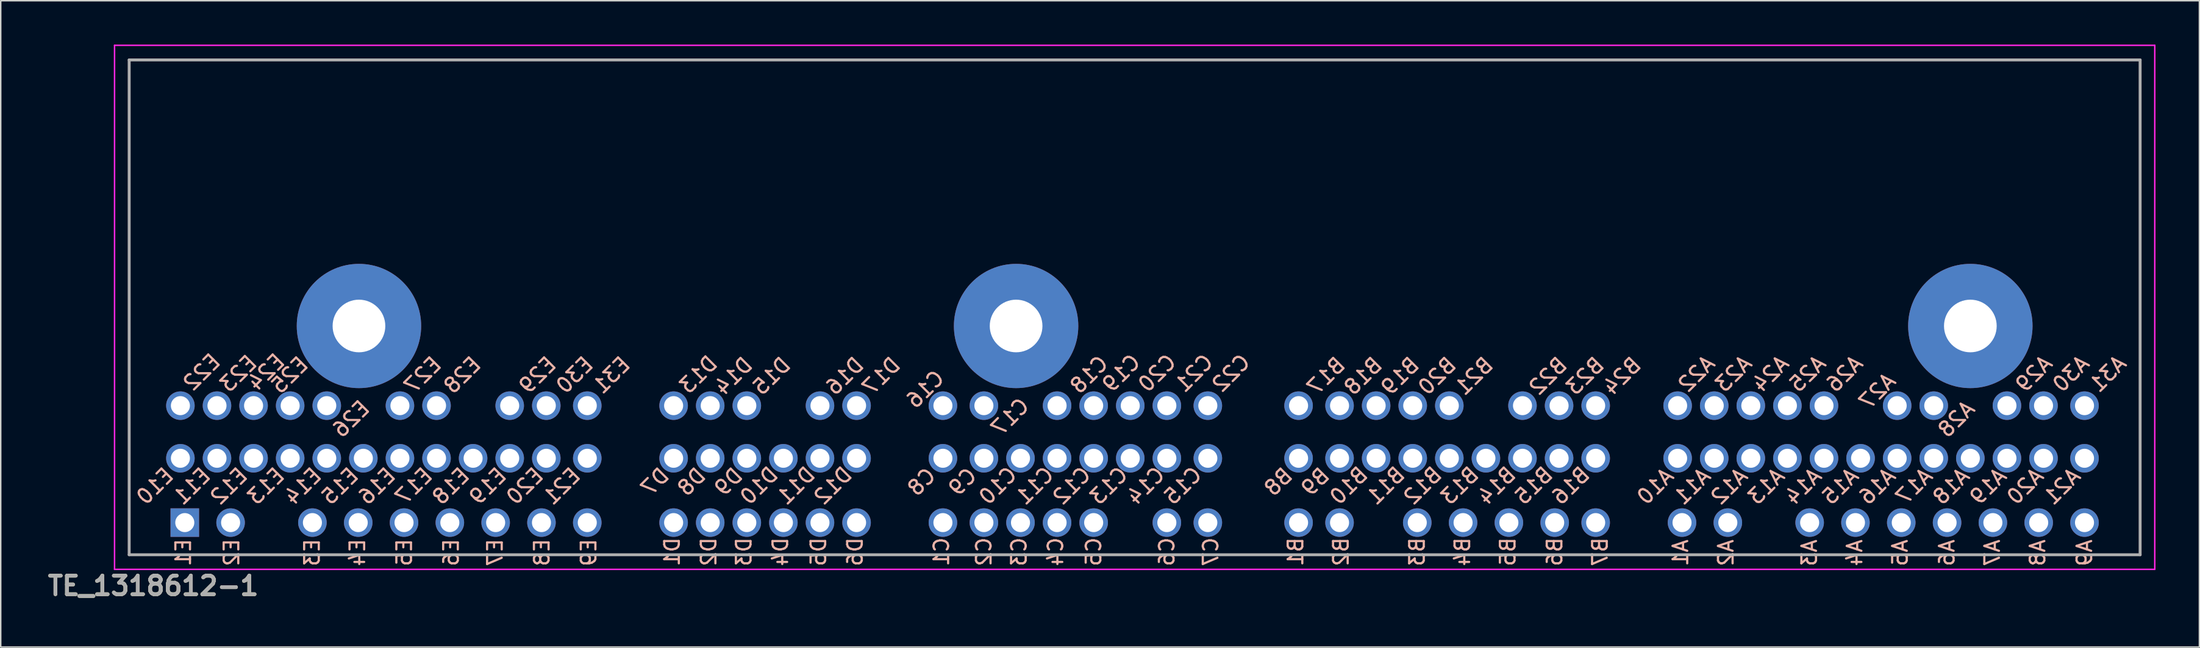
<source format=kicad_pcb>
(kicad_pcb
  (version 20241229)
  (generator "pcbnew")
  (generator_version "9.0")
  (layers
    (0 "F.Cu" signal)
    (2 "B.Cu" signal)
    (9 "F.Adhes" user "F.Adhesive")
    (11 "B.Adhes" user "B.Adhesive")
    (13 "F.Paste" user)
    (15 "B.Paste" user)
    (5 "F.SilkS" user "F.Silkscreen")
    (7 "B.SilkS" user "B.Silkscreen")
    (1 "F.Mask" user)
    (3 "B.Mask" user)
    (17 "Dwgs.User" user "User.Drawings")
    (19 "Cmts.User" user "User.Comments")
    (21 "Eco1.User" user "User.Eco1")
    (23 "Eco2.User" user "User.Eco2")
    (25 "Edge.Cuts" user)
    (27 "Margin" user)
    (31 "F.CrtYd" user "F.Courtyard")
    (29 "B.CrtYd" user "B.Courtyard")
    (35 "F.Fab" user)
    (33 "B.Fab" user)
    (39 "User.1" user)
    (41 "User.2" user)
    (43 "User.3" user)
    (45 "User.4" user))
  (footprint "TE_1318612-1"
    (layer "F.Cu")
    (at 74.476 17.975)
    (property "Reference" "TE_1318612-1" (at -67.056 19.05 0) (layer "F.SilkS") (effects (font (size 1.27 1.27) (thickness 0.254))))
    (attr through_hole)
    (fp_line (start -68.7 -16.925) (end 68.7 -16.925) (stroke (width 0.1) (type solid)) (layer "F.SilkS"))
    (fp_line (start -68.7 16.925) (end -68.7 -16.925) (stroke (width 0.1) (type solid)) (layer "F.SilkS"))
    (fp_line (start 68.7 -16.925) (end 68.7 16.925) (stroke (width 0.1) (type solid)) (layer "F.SilkS"))
    (fp_line (start 68.7 16.925) (end -68.7 16.925) (stroke (width 0.1) (type solid)) (layer "F.SilkS"))
    (fp_line (start -69.7 -17.925) (end 69.7 -17.925) (stroke (width 0.1) (type solid)) (layer "F.CrtYd"))
    (fp_line (start -69.7 17.925) (end -69.7 -17.925) (stroke (width 0.1) (type solid)) (layer "F.CrtYd"))
    (fp_line (start 69.7 -17.925) (end 69.7 17.925) (stroke (width 0.1) (type solid)) (layer "F.CrtYd"))
    (fp_line (start 69.7 17.925) (end -69.7 17.925) (stroke (width 0.1) (type solid)) (layer "F.CrtYd"))
    (fp_line (start -68.7 -16.925) (end -68.7 16.925) (stroke (width 0.2) (type solid)) (layer "F.Fab"))
    (fp_line (start -68.7 16.925) (end 68.7 16.925) (stroke (width 0.2) (type solid)) (layer "F.Fab"))
    (fp_line (start 68.7 -16.925) (end -68.7 -16.925) (stroke (width 0.2) (type solid)) (layer "F.Fab"))
    (fp_line (start 68.7 16.925) (end 68.7 -16.925) (stroke (width 0.2) (type solid)) (layer "F.Fab"))
    (fp_text user "B20" (at 19.573 5.8 45) (unlocked yes) (layer "B.SilkS") (effects (font (size 1 1) (thickness 0.15)) (justify right mirror)))
    (fp_text user "E18" (at -47.782 13.3 45) (unlocked yes) (layer "B.SilkS") (effects (font (size 1 1) (thickness 0.15)) (justify right mirror)))
    (fp_text user "C22" (at 5.5 5.6 45) (unlocked yes) (layer "B.SilkS") (effects (font (size 1 1) (thickness 0.15)) (justify right mirror)))
    (fp_text user "D16" (at -20.9 5.8 45) (unlocked yes) (layer "B.SilkS") (effects (font (size 1 1) (thickness 0.15)) (justify right mirror)))
    (fp_text user "A6" (at 55.5 17.8 90) (unlocked yes) (layer "B.SilkS") (effects (font (size 1 1) (thickness 0.15)) (justify right mirror)))
    (fp_text user "C3" (at -7.9 17.8 90) (unlocked yes) (layer "B.SilkS") (effects (font (size 1 1) (thickness 0.15)) (justify right mirror)))
    (fp_text user "D7" (at -33.527 12.7 45) (unlocked yes) (layer "B.SilkS") (effects (font (size 1 1) (thickness 0.15)) (justify right mirror)))
    (fp_text user "D1" (at -31.6 17.8 90) (unlocked yes) (layer "B.SilkS") (effects (font (size 1 1) (thickness 0.15)) (justify right mirror)))
    (fp_text user "B7" (at 31.8 17.8 90) (unlocked yes) (layer "B.SilkS") (effects (font (size 1 1) (thickness 0.15)) (justify right mirror)))
    (fp_text user "A2" (at 40.4 17.8 90) (unlocked yes) (layer "B.SilkS") (effects (font (size 1 1) (thickness 0.15)) (justify right mirror)))
    (fp_text user "B2" (at 14.1 17.8 90) (unlocked yes) (layer "B.SilkS") (effects (font (size 1 1) (thickness 0.15)) (justify right mirror)))
    (fp_text user "E31" (at -36.8 5.7 45) (unlocked yes) (layer "B.SilkS") (effects (font (size 1 1) (thickness 0.15)) (justify right mirror)))
    (fp_text user "A4" (at 49.2 17.8 90) (unlocked yes) (layer "B.SilkS") (effects (font (size 1 1) (thickness 0.15)) (justify right mirror)))
    (fp_text user "D14" (at -28.5 5.8 45) (unlocked yes) (layer "B.SilkS") (effects (font (size 1 1) (thickness 0.15)) (justify right mirror)))
    (fp_text user "D11" (at -24.227 13.3 45) (unlocked yes) (layer "B.SilkS") (effects (font (size 1 1) (thickness 0.15)) (justify right mirror)))
    (fp_text user "C10" (at -10.436 13.3 45) (unlocked yes) (layer "B.SilkS") (effects (font (size 1 1) (thickness 0.15)) (justify right mirror)))
    (fp_text user "E13" (at -60.418 13.3 45) (unlocked yes) (layer "B.SilkS") (effects (font (size 1 1) (thickness 0.15)) (justify right mirror)))
    (fp_text user "A29" (at 60.4 5.6 45) (unlocked yes) (layer "B.SilkS") (effects (font (size 1 1) (thickness 0.15)) (justify right mirror)))
    (fp_text user "E12" (at -62.945 13.3 45) (unlocked yes) (layer "B.SilkS") (effects (font (size 1 1) (thickness 0.15)) (justify right mirror)))
    (fp_text user "A15" (at 47.164 13.3 45) (unlocked yes) (layer "B.SilkS") (effects (font (size 1 1) (thickness 0.15)) (justify right mirror)))
    (fp_text user "C21" (at 2.973 5.6 45) (unlocked yes) (layer "B.SilkS") (effects (font (size 1 1) (thickness 0.15)) (justify right mirror)))
    (fp_text user "B15" (at 26.173 13.3 45) (unlocked yes) (layer "B.SilkS") (effects (font (size 1 1) (thickness 0.15)) (justify right mirror)))
    (fp_text user "D17" (at -18.4 5.8 45) (unlocked yes) (layer "B.SilkS") (effects (font (size 1 1) (thickness 0.15)) (justify right mirror)))
    (fp_text user "A17" (at 52.218 13.3 45) (unlocked yes) (layer "B.SilkS") (effects (font (size 1 1) (thickness 0.15)) (justify right mirror)))
    (fp_text user "D5" (at -21.6 17.8 90) (unlocked yes) (layer "B.SilkS") (effects (font (size 1 1) (thickness 0.15)) (justify right mirror)))
    (fp_text user "A5" (at 52.3 17.8 90) (unlocked yes) (layer "B.SilkS") (effects (font (size 1 1) (thickness 0.15)) (justify right mirror)))
    (fp_text user "E8" (at -40.5 17.8 90) (unlocked yes) (layer "B.SilkS") (effects (font (size 1 1) (thickness 0.15)) (justify right mirror)))
    (fp_text user "E29" (at -41.855 5.7 45) (unlocked yes) (layer "B.SilkS") (effects (font (size 1 1) (thickness 0.15)) (justify right mirror)))
    (fp_text user "B3" (at 19.3 17.8 90) (unlocked yes) (layer "B.SilkS") (effects (font (size 1 1) (thickness 0.15)) (justify right mirror)))
    (fp_text user "B13" (at 21.118 13.3 45) (unlocked yes) (layer "B.SilkS") (effects (font (size 1 1) (thickness 0.15)) (justify right mirror)))
    (fp_text user "B9" (at 11.591 12.7 45) (unlocked yes) (layer "B.SilkS") (effects (font (size 1 1) (thickness 0.15)) (justify right mirror)))
    (fp_text user "A30" (at 62.927 5.6 45) (unlocked yes) (layer "B.SilkS") (effects (font (size 1 1) (thickness 0.15)) (justify right mirror)))
    (fp_text user "B8" (at 9.064 12.7 45) (unlocked yes) (layer "B.SilkS") (effects (font (size 1 1) (thickness 0.15)) (justify right mirror)))
    (fp_text user "E17" (at -50.309 13.3 45) (unlocked yes) (layer "B.SilkS") (effects (font (size 1 1) (thickness 0.15)) (justify right mirror)))
    (fp_text user "B11" (at 16.064 13.3 45) (unlocked yes) (layer "B.SilkS") (effects (font (size 1 1) (thickness 0.15)) (justify right mirror)))
    (fp_text user "D10" (at -26.755 13.3 45) (unlocked yes) (layer "B.SilkS") (effects (font (size 1 1) (thickness 0.15)) (justify right mirror)))
    (fp_text user "D9" (at -28.5 12.7 45) (unlocked yes) (layer "B.SilkS") (effects (font (size 1 1) (thickness 0.15)) (justify right mirror)))
    (fp_text user "C5" (at -2.8 17.8 90) (unlocked yes) (layer "B.SilkS") (effects (font (size 1 1) (thickness 0.15)) (justify right mirror)))
    (fp_text user "A9" (at 64.9 17.8 90) (unlocked yes) (layer "B.SilkS") (effects (font (size 1 1) (thickness 0.15)) (justify right mirror)))
    (fp_text user "C1" (at -13.2 17.8 90) (unlocked yes) (layer "B.SilkS") (effects (font (size 1 1) (thickness 0.15)) (justify right mirror)))
    (fp_text user "E1" (at -65 17.8 90) (unlocked yes) (layer "B.SilkS") (effects (font (size 1 1) (thickness 0.15)) (justify right mirror)))
    (fp_text user "D4" (at -24.2 17.8 90) (unlocked yes) (layer "B.SilkS") (effects (font (size 1 1) (thickness 0.15)) (justify right mirror)))
    (fp_text user "A1" (at 37.3 17.8 90) (unlocked yes) (layer "B.SilkS") (effects (font (size 1 1) (thickness 0.15)) (justify right mirror)))
    (fp_text user "E26" (at -54.6 8.7 45) (unlocked yes) (layer "B.SilkS") (effects (font (size 1 1) (thickness 0.15)) (justify right mirror)))
    (fp_text user "E20" (at -42.727 13.3 45) (unlocked yes) (layer "B.SilkS") (effects (font (size 1 1) (thickness 0.15)) (justify right mirror)))
    (fp_text user "D2" (at -29.1 17.8 90) (unlocked yes) (layer "B.SilkS") (effects (font (size 1 1) (thickness 0.15)) (justify right mirror)))
    (fp_text user "B4" (at 22.4 17.8 90) (unlocked yes) (layer "B.SilkS") (effects (font (size 1 1) (thickness 0.15)) (justify right mirror)))
    (fp_text user "A18" (at 54.745 13.3 45) (unlocked yes) (layer "B.SilkS") (effects (font (size 1 1) (thickness 0.15)) (justify right mirror)))
    (fp_text user "D15" (at -25.9 5.8 45) (unlocked yes) (layer "B.SilkS") (effects (font (size 1 1) (thickness 0.15)) (justify right mirror)))
    (fp_text user "B5" (at 25.5 17.8 90) (unlocked yes) (layer "B.SilkS") (effects (font (size 1 1) (thickness 0.15)) (justify right mirror)))
    (fp_text user "E7" (at -43.7 17.8 90) (unlocked yes) (layer "B.SilkS") (effects (font (size 1 1) (thickness 0.15)) (justify right mirror)))
    (fp_text user "A14" (at 44.636 13.3 45) (unlocked yes) (layer "B.SilkS") (effects (font (size 1 1) (thickness 0.15)) (justify right mirror)))
    (fp_text user "B10" (at 13.536 13.3 45) (unlocked yes) (layer "B.SilkS") (effects (font (size 1 1) (thickness 0.15)) (justify right mirror)))
    (fp_text user "E2" (at -61.7 17.8 90) (unlocked yes) (layer "B.SilkS") (effects (font (size 1 1) (thickness 0.15)) (justify right mirror)))
    (fp_text user "E15" (at -55.364 13.3 45) (unlocked yes) (layer "B.SilkS") (effects (font (size 1 1) (thickness 0.15)) (justify right mirror)))
    (fp_text user "A7" (at 58.6 17.8 90) (unlocked yes) (layer "B.SilkS") (effects (font (size 1 1) (thickness 0.15)) (justify right mirror)))
    (fp_text user "D3" (at -26.7 17.8 90) (unlocked yes) (layer "B.SilkS") (effects (font (size 1 1) (thickness 0.15)) (justify right mirror)))
    (fp_text user "A25" (at 44.927 5.6 45) (unlocked yes) (layer "B.SilkS") (effects (font (size 1 1) (thickness 0.15)) (justify right mirror)))
    (fp_text user "B18" (at 14.518 5.8 45) (unlocked yes) (layer "B.SilkS") (effects (font (size 1 1) (thickness 0.15)) (justify right mirror)))
    (fp_text user "E3" (at -56.2 17.8 90) (unlocked yes) (layer "B.SilkS") (effects (font (size 1 1) (thickness 0.15)) (justify right mirror)))
    (fp_text user "B17" (at 11.991 5.8 45) (unlocked yes) (layer "B.SilkS") (effects (font (size 1 1) (thickness 0.15)) (justify right mirror)))
    (fp_text user "D12" (at -21.7 13.3 45) (unlocked yes) (layer "B.SilkS") (effects (font (size 1 1) (thickness 0.15)) (justify right mirror)))
    (fp_text user "A21" (at 62.327 13.3 45) (unlocked yes) (layer "B.SilkS") (effects (font (size 1 1) (thickness 0.15)) (justify right mirror)))
    (fp_text user "A31" (at 65.455 5.6 45) (unlocked yes) (layer "B.SilkS") (effects (font (size 1 1) (thickness 0.15)) (justify right mirror)))
    (fp_text user "A23" (at 39.873 5.6 45) (unlocked yes) (layer "B.SilkS") (effects (font (size 1 1) (thickness 0.15)) (justify right mirror)))
    (fp_text user "B23" (at 29.682 5.8 45) (unlocked yes) (layer "B.SilkS") (effects (font (size 1 1) (thickness 0.15)) (justify right mirror)))
    (fp_text user "C14" (at -0.327 13.3 45) (unlocked yes) (layer "B.SilkS") (effects (font (size 1 1) (thickness 0.15)) (justify right mirror)))
    (fp_text user "B16" (at 28.7 13.3 45) (unlocked yes) (layer "B.SilkS") (effects (font (size 1 1) (thickness 0.15)) (justify right mirror)))
    (fp_text user "C18" (at -4.2 5.7 45) (unlocked yes) (layer "B.SilkS") (effects (font (size 1 1) (thickness 0.15)) (justify right mirror)))
    (fp_text user "D13" (at -30.9 5.7 45) (unlocked yes) (layer "B.SilkS") (effects (font (size 1 1) (thickness 0.15)) (justify right mirror)))
    (fp_text user "E23" (at -62.3 5.6 45) (unlocked yes) (layer "B.SilkS") (effects (font (size 1 1) (thickness 0.15)) (justify right mirror)))
    (fp_text user "E16" (at -52.836 13.3 45) (unlocked yes) (layer "B.SilkS") (effects (font (size 1 1) (thickness 0.15)) (justify right mirror)))
    (fp_text user "C20" (at 0.445 5.6 45) (unlocked yes) (layer "B.SilkS") (effects (font (size 1 1) (thickness 0.15)) (justify right mirror)))
    (fp_text user "E11" (at -65.473 13.3 45) (unlocked yes) (layer "B.SilkS") (effects (font (size 1 1) (thickness 0.15)) (justify right mirror)))
    (fp_text user "A27" (at 49.7 6.8 45) (unlocked yes) (layer "B.SilkS") (effects (font (size 1 1) (thickness 0.15)) (justify right mirror)))
    (fp_text user "E5" (at -49.9 17.8 90) (unlocked yes) (layer "B.SilkS") (effects (font (size 1 1) (thickness 0.15)) (justify right mirror)))
    (fp_text user "E28" (at -47 5.7 45) (unlocked yes) (layer "B.SilkS") (effects (font (size 1 1) (thickness 0.15)) (justify right mirror)))
    (fp_text user "C6" (at 2.2 17.8 90) (unlocked yes) (layer "B.SilkS") (effects (font (size 1 1) (thickness 0.15)) (justify right mirror)))
    (fp_text user "B19" (at 17.045 5.8 45) (unlocked yes) (layer "B.SilkS") (effects (font (size 1 1) (thickness 0.15)) (justify right mirror)))
    (fp_text user "B6" (at 28.7 17.8 90) (unlocked yes) (layer "B.SilkS") (effects (font (size 1 1) (thickness 0.15)) (justify right mirror)))
    (fp_text user "E10" (at -68 13.3 45) (unlocked yes) (layer "B.SilkS") (effects (font (size 1 1) (thickness 0.15)) (justify right mirror)))
    (fp_text user "D6" (at -19.1 17.8 90) (unlocked yes) (layer "B.SilkS") (effects (font (size 1 1) (thickness 0.15)) (justify right mirror)))
    (fp_text user "B14" (at 23.645 13.3 45) (unlocked yes) (layer "B.SilkS") (effects (font (size 1 1) (thickness 0.15)) (justify right mirror)))
    (fp_text user "C2" (at -10.3 17.8 90) (unlocked yes) (layer "B.SilkS") (effects (font (size 1 1) (thickness 0.15)) (justify right mirror)))
    (fp_text user "A13" (at 42.109 13.3 45) (unlocked yes) (layer "B.SilkS") (effects (font (size 1 1) (thickness 0.15)) (justify right mirror)))
    (fp_text user "A22" (at 37.345 5.6 45) (unlocked yes) (layer "B.SilkS") (effects (font (size 1 1) (thickness 0.15)) (justify right mirror)))
    (fp_text user "E21" (at -40.2 13.3 45) (unlocked yes) (layer "B.SilkS") (effects (font (size 1 1) (thickness 0.15)) (justify right mirror)))
    (fp_text user "A10" (at 34.527 13.3 45) (unlocked yes) (layer "B.SilkS") (effects (font (size 1 1) (thickness 0.15)) (justify right mirror)))
    (fp_text user "A8" (at 61.7 17.8 90) (unlocked yes) (layer "B.SilkS") (effects (font (size 1 1) (thickness 0.15)) (justify right mirror)))
    (fp_text user "B24" (at 32.209 5.8 45) (unlocked yes) (layer "B.SilkS") (effects (font (size 1 1) (thickness 0.15)) (justify right mirror)))
    (fp_text user "C4" (at -5.4 17.8 90) (unlocked yes) (layer "B.SilkS") (effects (font (size 1 1) (thickness 0.15)) (justify right mirror)))
    (fp_text user "B12" (at 18.591 13.3 45) (unlocked yes) (layer "B.SilkS") (effects (font (size 1 1) (thickness 0.15)) (justify right mirror)))
    (fp_text user "E19" (at -45.255 13.3 45) (unlocked yes) (layer "B.SilkS") (effects (font (size 1 1) (thickness 0.15)) (justify right mirror)))
    (fp_text user "E24" (at -60.4 5.5 45) (unlocked yes) (layer "B.SilkS") (effects (font (size 1 1) (thickness 0.15)) (justify right mirror)))
    (fp_text user "E25" (at -58.8 5.7 45) (unlocked yes) (layer "B.SilkS") (effects (font (size 1 1) (thickness 0.15)) (justify right mirror)))
    (fp_text user "B21" (at 22.1 5.8 45) (unlocked yes) (layer "B.SilkS") (effects (font (size 1 1) (thickness 0.15)) (justify right mirror)))
    (fp_text user "A16" (at 49.691 13.3 45) (unlocked yes) (layer "B.SilkS") (effects (font (size 1 1) (thickness 0.15)) (justify right mirror)))
    (fp_text user "B1" (at 11 17.8 90) (unlocked yes) (layer "B.SilkS") (effects (font (size 1 1) (thickness 0.15)) (justify right mirror)))
    (fp_text user "E9" (at -37.3 17.8 90) (unlocked yes) (layer "B.SilkS") (effects (font (size 1 1) (thickness 0.15)) (justify right mirror)))
    (fp_text user "C19" (at -2 5.6 45) (unlocked yes) (layer "B.SilkS") (effects (font (size 1 1) (thickness 0.15)) (justify right mirror)))
    (fp_text user "C8" (at -15.309 12.7 45) (unlocked yes) (layer "B.SilkS") (effects (font (size 1 1) (thickness 0.15)) (justify right mirror)))
    (fp_text user "E4" (at -53.1 17.8 90) (unlocked yes) (layer "B.SilkS") (effects (font (size 1 1) (thickness 0.15)) (justify right mirror)))
    (fp_text user "A20" (at 59.8 13.3 45) (unlocked yes) (layer "B.SilkS") (effects (font (size 1 1) (thickness 0.15)) (justify right mirror)))
    (fp_text user "C13" (at -2.855 13.3 45) (unlocked yes) (layer "B.SilkS") (effects (font (size 1 1) (thickness 0.15)) (justify right mirror)))
    (fp_text user "B22" (at 27.155 5.8 45) (unlocked yes) (layer "B.SilkS") (effects (font (size 1 1) (thickness 0.15)) (justify right mirror)))
    (fp_text user "A24" (at 42.4 5.6 45) (unlocked yes) (layer "B.SilkS") (effects (font (size 1 1) (thickness 0.15)) (justify right mirror)))
    (fp_text user "C17" (at -9.6 8.6 45) (unlocked yes) (layer "B.SilkS") (effects (font (size 1 1) (thickness 0.15)) (justify right mirror)))
    (fp_text user "E6" (at -46.7 17.8 90) (unlocked yes) (layer "B.SilkS") (effects (font (size 1 1) (thickness 0.15)) (justify right mirror)))
    (fp_text user "C11" (at -7.909 13.3 45) (unlocked yes) (layer "B.SilkS") (effects (font (size 1 1) (thickness 0.15)) (justify right mirror)))
    (fp_text user "A28" (at 55.1 8.7 45) (unlocked yes) (layer "B.SilkS") (effects (font (size 1 1) (thickness 0.15)) (justify right mirror)))
    (fp_text user "C12" (at -5.382 13.3 45) (unlocked yes) (layer "B.SilkS") (effects (font (size 1 1) (thickness 0.15)) (justify right mirror)))
    (fp_text user "D8" (at -31.027 12.7 45) (unlocked yes) (layer "B.SilkS") (effects (font (size 1 1) (thickness 0.15)) (justify right mirror)))
    (fp_text user "A12" (at 39.582 13.3 45) (unlocked yes) (layer "B.SilkS") (effects (font (size 1 1) (thickness 0.15)) (justify right mirror)))
    (fp_text user "A26" (at 47.455 5.6 45) (unlocked yes) (layer "B.SilkS") (effects (font (size 1 1) (thickness 0.15)) (justify right mirror)))
    (fp_text user "E22" (at -64.8 5.5 45) (unlocked yes) (layer "B.SilkS") (effects (font (size 1 1) (thickness 0.15)) (justify right mirror)))
    (fp_text user "E27" (at -49.7 5.7 45) (unlocked yes) (layer "B.SilkS") (effects (font (size 1 1) (thickness 0.15)) (justify right mirror)))
    (fp_text user "C15" (at 2.2 13.3 45) (unlocked yes) (layer "B.SilkS") (effects (font (size 1 1) (thickness 0.15)) (justify right mirror)))
    (fp_text user "A19" (at 57.273 13.3 45) (unlocked yes) (layer "B.SilkS") (effects (font (size 1 1) (thickness 0.15)) (justify right mirror)))
    (fp_text user "C16" (at -15.4 6.7 45) (unlocked yes) (layer "B.SilkS") (effects (font (size 1 1) (thickness 0.15)) (justify right mirror)))
    (fp_text user "C9" (at -12.509 12.7 45) (unlocked yes) (layer "B.SilkS") (effects (font (size 1 1) (thickness 0.15)) (justify right mirror)))
    (fp_text user "C7" (at 5.2 17.8 90) (unlocked yes) (layer "B.SilkS") (effects (font (size 1 1) (thickness 0.15)) (justify right mirror)))
    (fp_text user "E30" (at -39.327 5.7 45) (unlocked yes) (layer "B.SilkS") (effects (font (size 1 1) (thickness 0.15)) (justify right mirror)))
    (fp_text user "A3" (at 46.1 17.8 90) (unlocked yes) (layer "B.SilkS") (effects (font (size 1 1) (thickness 0.15)) (justify right mirror)))
    (fp_text user "E14" (at -57.891 13.3 45) (unlocked yes) (layer "B.SilkS") (effects (font (size 1 1) (thickness 0.15)) (justify right mirror)))
    (fp_text user "A11" (at 37.055 13.3 45) (unlocked yes) (layer "B.SilkS") (effects (font (size 1 1) (thickness 0.15)) (justify right mirror)))
    (fp_text user "${REFERENCE}" (at -67.056 19.05 0) (layer "F.Fab") (effects (font (size 1.27 1.27) (thickness 0.254))))
    (pad "A1" thru_hole circle (at 37.4 14.725 90) (size 1.95 1.95) (drill 1.3) (layers "*.Cu" "*.Mask"))
    (pad "A2" thru_hole circle (at 40.53 14.725 90) (size 1.95 1.95) (drill 1.3) (layers "*.Cu" "*.Mask"))
    (pad "A3" thru_hole circle (at 46.12 14.725 90) (size 1.95 1.95) (drill 1.3) (layers "*.Cu" "*.Mask"))
    (pad "A4" thru_hole circle (at 49.25 14.725 90) (size 1.95 1.95) (drill 1.3) (layers "*.Cu" "*.Mask"))
    (pad "A5" thru_hole circle (at 52.38 14.725 90) (size 1.95 1.95) (drill 1.3) (layers "*.Cu" "*.Mask"))
    (pad "A6" thru_hole circle (at 55.51 14.725 90) (size 1.95 1.95) (drill 1.3) (layers "*.Cu" "*.Mask"))
    (pad "A7" thru_hole circle (at 58.64 14.725 90) (size 1.95 1.95) (drill 1.3) (layers "*.Cu" "*.Mask"))
    (pad "A8" thru_hole circle (at 61.77 14.725 90) (size 1.95 1.95) (drill 1.3) (layers "*.Cu" "*.Mask"))
    (pad "A9" thru_hole circle (at 64.9 14.725 90) (size 1.95 1.95) (drill 1.3) (layers "*.Cu" "*.Mask"))
    (pad "A10" thru_hole circle (at 37.1 10.325 90) (size 1.95 1.95) (drill 1.3) (layers "*.Cu" "*.Mask"))
    (pad "A11" thru_hole circle (at 39.6 10.325 90) (size 1.95 1.95) (drill 1.3) (layers "*.Cu" "*.Mask"))
    (pad "A12" thru_hole circle (at 42.1 10.325 90) (size 1.95 1.95) (drill 1.3) (layers "*.Cu" "*.Mask"))
    (pad "A13" thru_hole circle (at 44.6 10.325 90) (size 1.95 1.95) (drill 1.3) (layers "*.Cu" "*.Mask"))
    (pad "A14" thru_hole circle (at 47.1 10.325 90) (size 1.95 1.95) (drill 1.3) (layers "*.Cu" "*.Mask"))
    (pad "A15" thru_hole circle (at 49.6 10.325 90) (size 1.95 1.95) (drill 1.3) (layers "*.Cu" "*.Mask"))
    (pad "A16" thru_hole circle (at 52.1 10.325 90) (size 1.95 1.95) (drill 1.3) (layers "*.Cu" "*.Mask"))
    (pad "A17" thru_hole circle (at 54.6 10.325 90) (size 1.95 1.95) (drill 1.3) (layers "*.Cu" "*.Mask"))
    (pad "A18" thru_hole circle (at 57.1 10.325 90) (size 1.95 1.95) (drill 1.3) (layers "*.Cu" "*.Mask"))
    (pad "A19" thru_hole circle (at 59.6 10.325 90) (size 1.95 1.95) (drill 1.3) (layers "*.Cu" "*.Mask"))
    (pad "A20" thru_hole circle (at 62.1 10.325 90) (size 1.95 1.95) (drill 1.3) (layers "*.Cu" "*.Mask"))
    (pad "A21" thru_hole circle (at 64.9 10.325 90) (size 1.95 1.95) (drill 1.3) (layers "*.Cu" "*.Mask"))
    (pad "A22" thru_hole circle (at 37.1 6.725 90) (size 1.95 1.95) (drill 1.3) (layers "*.Cu" "*.Mask"))
    (pad "A23" thru_hole circle (at 39.6 6.725 90) (size 1.95 1.95) (drill 1.3) (layers "*.Cu" "*.Mask"))
    (pad "A24" thru_hole circle (at 42.1 6.725 90) (size 1.95 1.95) (drill 1.3) (layers "*.Cu" "*.Mask"))
    (pad "A25" thru_hole circle (at 44.6 6.725 90) (size 1.95 1.95) (drill 1.3) (layers "*.Cu" "*.Mask"))
    (pad "A26" thru_hole circle (at 47.1 6.725 90) (size 1.95 1.95) (drill 1.3) (layers "*.Cu" "*.Mask"))
    (pad "A27" thru_hole circle (at 52.1 6.725 90) (size 1.95 1.95) (drill 1.3) (layers "*.Cu" "*.Mask"))
    (pad "A28" thru_hole circle (at 54.6 6.725 90) (size 1.95 1.95) (drill 1.3) (layers "*.Cu" "*.Mask"))
    (pad "A29" thru_hole circle (at 59.6 6.725 90) (size 1.95 1.95) (drill 1.3) (layers "*.Cu" "*.Mask"))
    (pad "A30" thru_hole circle (at 62.1 6.725 90) (size 1.95 1.95) (drill 1.3) (layers "*.Cu" "*.Mask"))
    (pad "A31" thru_hole circle (at 64.9 6.725 90) (size 1.95 1.95) (drill 1.3) (layers "*.Cu" "*.Mask"))
    (pad "B1" thru_hole circle (at 11.2 14.725 90) (size 1.95 1.95) (drill 1.3) (layers "*.Cu" "*.Mask"))
    (pad "B2" thru_hole circle (at 14 14.725 90) (size 1.95 1.95) (drill 1.3) (layers "*.Cu" "*.Mask"))
    (pad "B3" thru_hole circle (at 19.31 14.725 90) (size 1.95 1.95) (drill 1.3) (layers "*.Cu" "*.Mask"))
    (pad "B4" thru_hole circle (at 22.44 14.725 90) (size 1.95 1.95) (drill 1.3) (layers "*.Cu" "*.Mask"))
    (pad "B5" thru_hole circle (at 25.57 14.725 90) (size 1.95 1.95) (drill 1.3) (layers "*.Cu" "*.Mask"))
    (pad "B6" thru_hole circle (at 28.7 14.725 90) (size 1.95 1.95) (drill 1.3) (layers "*.Cu" "*.Mask"))
    (pad "B7" thru_hole circle (at 31.5 14.725 90) (size 1.95 1.95) (drill 1.3) (layers "*.Cu" "*.Mask"))
    (pad "B8" thru_hole circle (at 11.2 10.325 90) (size 1.95 1.95) (drill 1.3) (layers "*.Cu" "*.Mask"))
    (pad "B9" thru_hole circle (at 14 10.325 90) (size 1.95 1.95) (drill 1.3) (layers "*.Cu" "*.Mask"))
    (pad "B10" thru_hole circle (at 16.5 10.325 90) (size 1.95 1.95) (drill 1.3) (layers "*.Cu" "*.Mask"))
    (pad "B11" thru_hole circle (at 19 10.325 90) (size 1.95 1.95) (drill 1.3) (layers "*.Cu" "*.Mask"))
    (pad "B12" thru_hole circle (at 21.5 10.325 90) (size 1.95 1.95) (drill 1.3) (layers "*.Cu" "*.Mask"))
    (pad "B13" thru_hole circle (at 24 10.325 90) (size 1.95 1.95) (drill 1.3) (layers "*.Cu" "*.Mask"))
    (pad "B14" thru_hole circle (at 26.5 10.325 90) (size 1.95 1.95) (drill 1.3) (layers "*.Cu" "*.Mask"))
    (pad "B15" thru_hole circle (at 29 10.325 90) (size 1.95 1.95) (drill 1.3) (layers "*.Cu" "*.Mask"))
    (pad "B16" thru_hole circle (at 31.5 10.325 90) (size 1.95 1.95) (drill 1.3) (layers "*.Cu" "*.Mask"))
    (pad "B17" thru_hole circle (at 11.2 6.725 90) (size 1.95 1.95) (drill 1.3) (layers "*.Cu" "*.Mask"))
    (pad "B18" thru_hole circle (at 14 6.725 90) (size 1.95 1.95) (drill 1.3) (layers "*.Cu" "*.Mask"))
    (pad "B19" thru_hole circle (at 16.5 6.725 90) (size 1.95 1.95) (drill 1.3) (layers "*.Cu" "*.Mask"))
    (pad "B20" thru_hole circle (at 19 6.725 90) (size 1.95 1.95) (drill 1.3) (layers "*.Cu" "*.Mask"))
    (pad "B21" thru_hole circle (at 21.5 6.725 90) (size 1.95 1.95) (drill 1.3) (layers "*.Cu" "*.Mask"))
    (pad "B22" thru_hole circle (at 26.5 6.725 90) (size 1.95 1.95) (drill 1.3) (layers "*.Cu" "*.Mask"))
    (pad "B23" thru_hole circle (at 29 6.725 90) (size 1.95 1.95) (drill 1.3) (layers "*.Cu" "*.Mask"))
    (pad "B24" thru_hole circle (at 31.5 6.725 90) (size 1.95 1.95) (drill 1.3) (layers "*.Cu" "*.Mask"))
    (pad "C1" thru_hole circle (at -13.1 14.725 90) (size 1.95 1.95) (drill 1.3) (layers "*.Cu" "*.Mask"))
    (pad "C2" thru_hole circle (at -10.3 14.725 90) (size 1.95 1.95) (drill 1.3) (layers "*.Cu" "*.Mask"))
    (pad "C3" thru_hole circle (at -7.8 14.725 90) (size 1.95 1.95) (drill 1.3) (layers "*.Cu" "*.Mask"))
    (pad "C4" thru_hole circle (at -5.3 14.725 90) (size 1.95 1.95) (drill 1.3) (layers "*.Cu" "*.Mask"))
    (pad "C5" thru_hole circle (at -2.8 14.725 90) (size 1.95 1.95) (drill 1.3) (layers "*.Cu" "*.Mask"))
    (pad "C6" thru_hole circle (at 2.2 14.725 90) (size 1.95 1.95) (drill 1.3) (layers "*.Cu" "*.Mask"))
    (pad "C7" thru_hole circle (at 5 14.725 90) (size 1.95 1.95) (drill 1.3) (layers "*.Cu" "*.Mask"))
    (pad "C8" thru_hole circle (at -13.1 10.325 90) (size 1.95 1.95) (drill 1.3) (layers "*.Cu" "*.Mask"))
    (pad "C9" thru_hole circle (at -10.3 10.325 90) (size 1.95 1.95) (drill 1.3) (layers "*.Cu" "*.Mask"))
    (pad "C10" thru_hole circle (at -7.8 10.325 90) (size 1.95 1.95) (drill 1.3) (layers "*.Cu" "*.Mask"))
    (pad "C11" thru_hole circle (at -5.3 10.325 90) (size 1.95 1.95) (drill 1.3) (layers "*.Cu" "*.Mask"))
    (pad "C12" thru_hole circle (at -2.8 10.325 90) (size 1.95 1.95) (drill 1.3) (layers "*.Cu" "*.Mask"))
    (pad "C13" thru_hole circle (at -0.3 10.325 90) (size 1.95 1.95) (drill 1.3) (layers "*.Cu" "*.Mask"))
    (pad "C14" thru_hole circle (at 2.2 10.325 90) (size 1.95 1.95) (drill 1.3) (layers "*.Cu" "*.Mask"))
    (pad "C15" thru_hole circle (at 5 10.325 90) (size 1.95 1.95) (drill 1.3) (layers "*.Cu" "*.Mask"))
    (pad "C16" thru_hole circle (at -13.1 6.725 90) (size 1.95 1.95) (drill 1.3) (layers "*.Cu" "*.Mask"))
    (pad "C17" thru_hole circle (at -10.3 6.725 90) (size 1.95 1.95) (drill 1.3) (layers "*.Cu" "*.Mask"))
    (pad "C18" thru_hole circle (at -5.3 6.725 90) (size 1.95 1.95) (drill 1.3) (layers "*.Cu" "*.Mask"))
    (pad "C19" thru_hole circle (at -2.8 6.725 90) (size 1.95 1.95) (drill 1.3) (layers "*.Cu" "*.Mask"))
    (pad "C20" thru_hole circle (at -0.3 6.725 90) (size 1.95 1.95) (drill 1.3) (layers "*.Cu" "*.Mask"))
    (pad "C21" thru_hole circle (at 2.2 6.725 90) (size 1.95 1.95) (drill 1.3) (layers "*.Cu" "*.Mask"))
    (pad "C22" thru_hole circle (at 5 6.725 90) (size 1.95 1.95) (drill 1.3) (layers "*.Cu" "*.Mask"))
    (pad "D1" thru_hole circle (at -31.5 14.725 90) (size 1.95 1.95) (drill 1.3) (layers "*.Cu" "*.Mask"))
    (pad "D2" thru_hole circle (at -29 14.725 90) (size 1.95 1.95) (drill 1.3) (layers "*.Cu" "*.Mask"))
    (pad "D3" thru_hole circle (at -26.5 14.725 90) (size 1.95 1.95) (drill 1.3) (layers "*.Cu" "*.Mask"))
    (pad "D4" thru_hole circle (at -24 14.725 90) (size 1.95 1.95) (drill 1.3) (layers "*.Cu" "*.Mask"))
    (pad "D5" thru_hole circle (at -21.5 14.725 90) (size 1.95 1.95) (drill 1.3) (layers "*.Cu" "*.Mask"))
    (pad "D6" thru_hole circle (at -19 14.725 90) (size 1.95 1.95) (drill 1.3) (layers "*.Cu" "*.Mask"))
    (pad "D7" thru_hole circle (at -31.5 10.325 90) (size 1.95 1.95) (drill 1.3) (layers "*.Cu" "*.Mask"))
    (pad "D8" thru_hole circle (at -29 10.325 90) (size 1.95 1.95) (drill 1.3) (layers "*.Cu" "*.Mask"))
    (pad "D9" thru_hole circle (at -26.5 10.325 90) (size 1.95 1.95) (drill 1.3) (layers "*.Cu" "*.Mask"))
    (pad "D10" thru_hole circle (at -24 10.325 90) (size 1.95 1.95) (drill 1.3) (layers "*.Cu" "*.Mask"))
    (pad "D11" thru_hole circle (at -21.5 10.325 90) (size 1.95 1.95) (drill 1.3) (layers "*.Cu" "*.Mask"))
    (pad "D12" thru_hole circle (at -19 10.325 90) (size 1.95 1.95) (drill 1.3) (layers "*.Cu" "*.Mask"))
    (pad "D13" thru_hole circle (at -31.5 6.725 90) (size 1.95 1.95) (drill 1.3) (layers "*.Cu" "*.Mask"))
    (pad "D14" thru_hole circle (at -29 6.725 90) (size 1.95 1.95) (drill 1.3) (layers "*.Cu" "*.Mask"))
    (pad "D15" thru_hole circle (at -26.5 6.725 90) (size 1.95 1.95) (drill 1.3) (layers "*.Cu" "*.Mask"))
    (pad "D16" thru_hole circle (at -21.5 6.725 90) (size 1.95 1.95) (drill 1.3) (layers "*.Cu" "*.Mask"))
    (pad "D17" thru_hole circle (at -19 6.725 90) (size 1.95 1.95) (drill 1.3) (layers "*.Cu" "*.Mask"))
    (pad "E1" thru_hole rect (at -64.9 14.725 90) (size 1.95 1.95) (drill 1.3) (layers "*.Cu" "*.Mask"))
    (pad "E2" thru_hole circle (at -61.77 14.725 90) (size 1.95 1.95) (drill 1.3) (layers "*.Cu" "*.Mask"))
    (pad "E3" thru_hole circle (at -56.18 14.725 90) (size 1.95 1.95) (drill 1.3) (layers "*.Cu" "*.Mask"))
    (pad "E4" thru_hole circle (at -53.05 14.725 90) (size 1.95 1.95) (drill 1.3) (layers "*.Cu" "*.Mask"))
    (pad "E5" thru_hole circle (at -49.92 14.725 90) (size 1.95 1.95) (drill 1.3) (layers "*.Cu" "*.Mask"))
    (pad "E6" thru_hole circle (at -46.79 14.725 90) (size 1.95 1.95) (drill 1.3) (layers "*.Cu" "*.Mask"))
    (pad "E7" thru_hole circle (at -43.66 14.725 90) (size 1.95 1.95) (drill 1.3) (layers "*.Cu" "*.Mask"))
    (pad "E8" thru_hole circle (at -40.53 14.725 90) (size 1.95 1.95) (drill 1.3) (layers "*.Cu" "*.Mask"))
    (pad "E9" thru_hole circle (at -37.4 14.725 90) (size 1.95 1.95) (drill 1.3) (layers "*.Cu" "*.Mask"))
    (pad "E10" thru_hole circle (at -65.2 10.325 90) (size 1.95 1.95) (drill 1.3) (layers "*.Cu" "*.Mask"))
    (pad "E11" thru_hole circle (at -62.7 10.325 90) (size 1.95 1.95) (drill 1.3) (layers "*.Cu" "*.Mask"))
    (pad "E12" thru_hole circle (at -60.2 10.325 90) (size 1.95 1.95) (drill 1.3) (layers "*.Cu" "*.Mask"))
    (pad "E13" thru_hole circle (at -57.7 10.325 90) (size 1.95 1.95) (drill 1.3) (layers "*.Cu" "*.Mask"))
    (pad "E14" thru_hole circle (at -55.2 10.325 90) (size 1.95 1.95) (drill 1.3) (layers "*.Cu" "*.Mask"))
    (pad "E15" thru_hole circle (at -52.7 10.325 90) (size 1.95 1.95) (drill 1.3) (layers "*.Cu" "*.Mask"))
    (pad "E16" thru_hole circle (at -50.2 10.325 90) (size 1.95 1.95) (drill 1.3) (layers "*.Cu" "*.Mask"))
    (pad "E17" thru_hole circle (at -47.7 10.325 90) (size 1.95 1.95) (drill 1.3) (layers "*.Cu" "*.Mask"))
    (pad "E18" thru_hole circle (at -45.2 10.325 90) (size 1.95 1.95) (drill 1.3) (layers "*.Cu" "*.Mask"))
    (pad "E19" thru_hole circle (at -42.7 10.325 90) (size 1.95 1.95) (drill 1.3) (layers "*.Cu" "*.Mask"))
    (pad "E20" thru_hole circle (at -40.2 10.325 90) (size 1.95 1.95) (drill 1.3) (layers "*.Cu" "*.Mask"))
    (pad "E21" thru_hole circle (at -37.4 10.325 90) (size 1.95 1.95) (drill 1.3) (layers "*.Cu" "*.Mask"))
    (pad "E22" thru_hole circle (at -65.2 6.725 90) (size 1.95 1.95) (drill 1.3) (layers "*.Cu" "*.Mask"))
    (pad "E23" thru_hole circle (at -62.7 6.725 90) (size 1.95 1.95) (drill 1.3) (layers "*.Cu" "*.Mask"))
    (pad "E24" thru_hole circle (at -60.2 6.725 90) (size 1.95 1.95) (drill 1.3) (layers "*.Cu" "*.Mask"))
    (pad "E25" thru_hole circle (at -57.7 6.725 90) (size 1.95 1.95) (drill 1.3) (layers "*.Cu" "*.Mask"))
    (pad "E26" thru_hole circle (at -55.2 6.725 90) (size 1.95 1.95) (drill 1.3) (layers "*.Cu" "*.Mask"))
    (pad "E27" thru_hole circle (at -50.2 6.725 90) (size 1.95 1.95) (drill 1.3) (layers "*.Cu" "*.Mask"))
    (pad "E28" thru_hole circle (at -47.7 6.725 90) (size 1.95 1.95) (drill 1.3) (layers "*.Cu" "*.Mask"))
    (pad "E29" thru_hole circle (at -42.7 6.725 90) (size 1.95 1.95) (drill 1.3) (layers "*.Cu" "*.Mask"))
    (pad "E30" thru_hole circle (at -40.2 6.725 90) (size 1.95 1.95) (drill 1.3) (layers "*.Cu" "*.Mask"))
    (pad "E31" thru_hole circle (at -37.4 6.725 90) (size 1.95 1.95) (drill 1.3) (layers "*.Cu" "*.Mask"))
    (pad "MH1" thru_hole circle (at -53 1.275 90) (size 8.5 8.5) (drill 3.6) (layers "*.Cu" "*.Mask"))
    (pad "MH2" thru_hole circle (at -8.1 1.275 90) (size 8.5 8.5) (drill 3.6) (layers "*.Cu" "*.Mask"))
    (pad "MH3" thru_hole circle (at 57.1 1.275 90) (size 8.5 8.5) (drill 3.6) (layers "*.Cu" "*.Mask")))
  (gr_rect
    (start -3 -3)
    (end 147.226 41.214)
    (stroke (width 0.1) (type default))
    (fill no)
    (layer "Edge.Cuts")))
</source>
